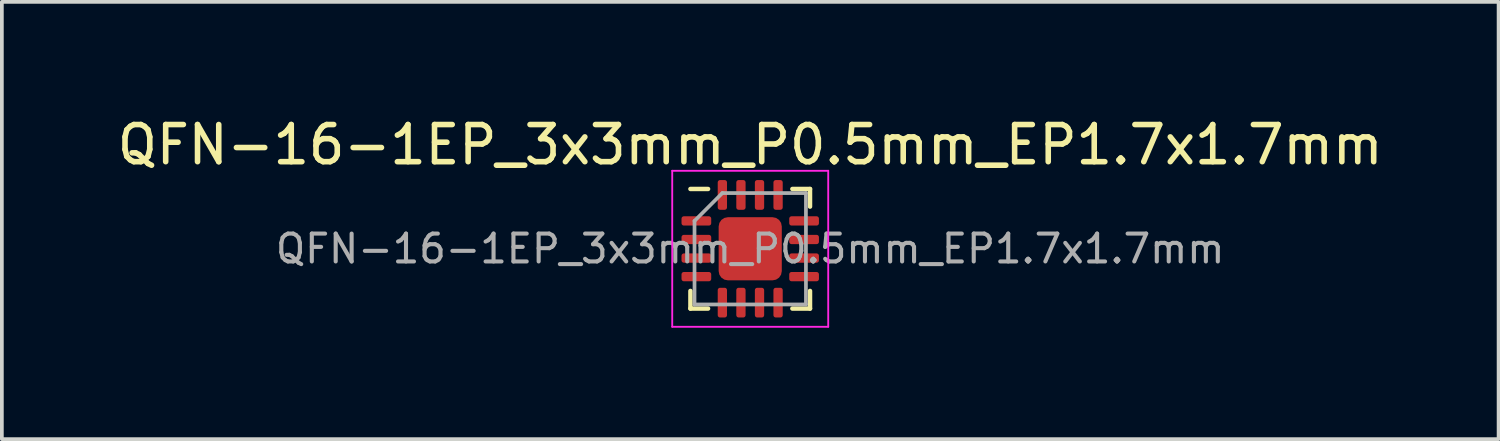
<source format=kicad_pcb>
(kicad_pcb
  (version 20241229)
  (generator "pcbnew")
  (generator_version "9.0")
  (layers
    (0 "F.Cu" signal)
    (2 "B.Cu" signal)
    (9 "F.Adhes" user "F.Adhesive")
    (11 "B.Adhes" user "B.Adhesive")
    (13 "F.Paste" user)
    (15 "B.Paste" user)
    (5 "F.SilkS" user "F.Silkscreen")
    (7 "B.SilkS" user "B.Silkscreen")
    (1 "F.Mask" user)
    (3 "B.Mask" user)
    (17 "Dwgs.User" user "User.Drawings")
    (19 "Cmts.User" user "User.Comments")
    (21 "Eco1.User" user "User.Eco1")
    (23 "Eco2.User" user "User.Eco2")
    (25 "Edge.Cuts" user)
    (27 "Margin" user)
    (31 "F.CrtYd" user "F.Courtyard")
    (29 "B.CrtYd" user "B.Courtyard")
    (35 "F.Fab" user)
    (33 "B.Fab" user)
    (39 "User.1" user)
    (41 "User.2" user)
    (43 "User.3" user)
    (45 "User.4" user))
  (footprint "QFN-16-1EP_3x3mm_P0.5mm_EP1.7x1.7mm"
    (layer "F.Cu")
    (at 17.149 3.648)
    (property "Reference" "QFN-16-1EP_3x3mm_P0.5mm_EP1.7x1.7mm" (at 0 -2.8 0) (layer "F.SilkS") (effects (font (size 1 1) (thickness 0.15))))
    (attr smd)
    (fp_line (start -1.61 1.61) (end -1.61 1.135) (stroke (width 0.12) (type solid)) (layer "F.SilkS"))
    (fp_line (start -1.135 -1.61) (end -1.61 -1.61) (stroke (width 0.12) (type solid)) (layer "F.SilkS"))
    (fp_line (start -1.135 1.61) (end -1.61 1.61) (stroke (width 0.12) (type solid)) (layer "F.SilkS"))
    (fp_line (start 1.135 -1.61) (end 1.61 -1.61) (stroke (width 0.12) (type solid)) (layer "F.SilkS"))
    (fp_line (start 1.135 1.61) (end 1.61 1.61) (stroke (width 0.12) (type solid)) (layer "F.SilkS"))
    (fp_line (start 1.61 -1.61) (end 1.61 -1.135) (stroke (width 0.12) (type solid)) (layer "F.SilkS"))
    (fp_line (start 1.61 1.61) (end 1.61 1.135) (stroke (width 0.12) (type solid)) (layer "F.SilkS"))
    (fp_line (start -2.1 -2.1) (end -2.1 2.1) (stroke (width 0.05) (type solid)) (layer "F.CrtYd"))
    (fp_line (start -2.1 2.1) (end 2.1 2.1) (stroke (width 0.05) (type solid)) (layer "F.CrtYd"))
    (fp_line (start 2.1 -2.1) (end -2.1 -2.1) (stroke (width 0.05) (type solid)) (layer "F.CrtYd"))
    (fp_line (start 2.1 2.1) (end 2.1 -2.1) (stroke (width 0.05) (type solid)) (layer "F.CrtYd"))
    (fp_line (start -1.5 -0.75) (end -0.75 -1.5) (stroke (width 0.1) (type solid)) (layer "F.Fab"))
    (fp_line (start -1.5 1.5) (end -1.5 -0.75) (stroke (width 0.1) (type solid)) (layer "F.Fab"))
    (fp_line (start -0.75 -1.5) (end 1.5 -1.5) (stroke (width 0.1) (type solid)) (layer "F.Fab"))
    (fp_line (start 1.5 -1.5) (end 1.5 1.5) (stroke (width 0.1) (type solid)) (layer "F.Fab"))
    (fp_line (start 1.5 1.5) (end -1.5 1.5) (stroke (width 0.1) (type solid)) (layer "F.Fab"))
    (fp_text user "${REFERENCE}" (at 0 0 0) (layer "F.Fab") (effects (font (size 0.75 0.75) (thickness 0.11))))
    (pad "" smd roundrect (at -0.425 -0.425) (size 0.69 0.69) (layers "F.Paste") (roundrect_rratio 0.25))
    (pad "" smd roundrect (at -0.425 0.425) (size 0.69 0.69) (layers "F.Paste") (roundrect_rratio 0.25))
    (pad "" smd roundrect (at 0.425 -0.425) (size 0.69 0.69) (layers "F.Paste") (roundrect_rratio 0.25))
    (pad "" smd roundrect (at 0.425 0.425) (size 0.69 0.69) (layers "F.Paste") (roundrect_rratio 0.25))
    (pad "1" smd roundrect (at -1.45 -0.75) (size 0.8 0.25) (layers "F.Cu" "F.Mask" "F.Paste") (roundrect_rratio 0.25))
    (pad "2" smd roundrect (at -1.45 -0.25) (size 0.8 0.25) (layers "F.Cu" "F.Mask" "F.Paste") (roundrect_rratio 0.25))
    (pad "3" smd roundrect (at -1.45 0.25) (size 0.8 0.25) (layers "F.Cu" "F.Mask" "F.Paste") (roundrect_rratio 0.25))
    (pad "4" smd roundrect (at -1.45 0.75) (size 0.8 0.25) (layers "F.Cu" "F.Mask" "F.Paste") (roundrect_rratio 0.25))
    (pad "5" smd roundrect (at -0.75 1.45) (size 0.25 0.8) (layers "F.Cu" "F.Mask" "F.Paste") (roundrect_rratio 0.25))
    (pad "6" smd roundrect (at -0.25 1.45) (size 0.25 0.8) (layers "F.Cu" "F.Mask" "F.Paste") (roundrect_rratio 0.25))
    (pad "7" smd roundrect (at 0.25 1.45) (size 0.25 0.8) (layers "F.Cu" "F.Mask" "F.Paste") (roundrect_rratio 0.25))
    (pad "8" smd roundrect (at 0.75 1.45) (size 0.25 0.8) (layers "F.Cu" "F.Mask" "F.Paste") (roundrect_rratio 0.25))
    (pad "9" smd roundrect (at 1.45 0.75) (size 0.8 0.25) (layers "F.Cu" "F.Mask" "F.Paste") (roundrect_rratio 0.25))
    (pad "10" smd roundrect (at 1.45 0.25) (size 0.8 0.25) (layers "F.Cu" "F.Mask" "F.Paste") (roundrect_rratio 0.25))
    (pad "11" smd roundrect (at 1.45 -0.25) (size 0.8 0.25) (layers "F.Cu" "F.Mask" "F.Paste") (roundrect_rratio 0.25))
    (pad "12" smd roundrect (at 1.45 -0.75) (size 0.8 0.25) (layers "F.Cu" "F.Mask" "F.Paste") (roundrect_rratio 0.25))
    (pad "13" smd roundrect (at 0.75 -1.45) (size 0.25 0.8) (layers "F.Cu" "F.Mask" "F.Paste") (roundrect_rratio 0.25))
    (pad "14" smd roundrect (at 0.25 -1.45) (size 0.25 0.8) (layers "F.Cu" "F.Mask" "F.Paste") (roundrect_rratio 0.25))
    (pad "15" smd roundrect (at -0.25 -1.45) (size 0.25 0.8) (layers "F.Cu" "F.Mask" "F.Paste") (roundrect_rratio 0.25))
    (pad "16" smd roundrect (at -0.75 -1.45) (size 0.25 0.8) (layers "F.Cu" "F.Mask" "F.Paste") (roundrect_rratio 0.25))
    (pad "17" smd roundrect (at 0 0) (size 1.7 1.7) (layers "F.Cu" "F.Mask") (roundrect_rratio 0.147)))
  (gr_rect
    (start -3 -3)
    (end 37.298 8.773)
    (stroke (width 0.1) (type default))
    (fill no)
    (layer "Edge.Cuts")))
</source>
